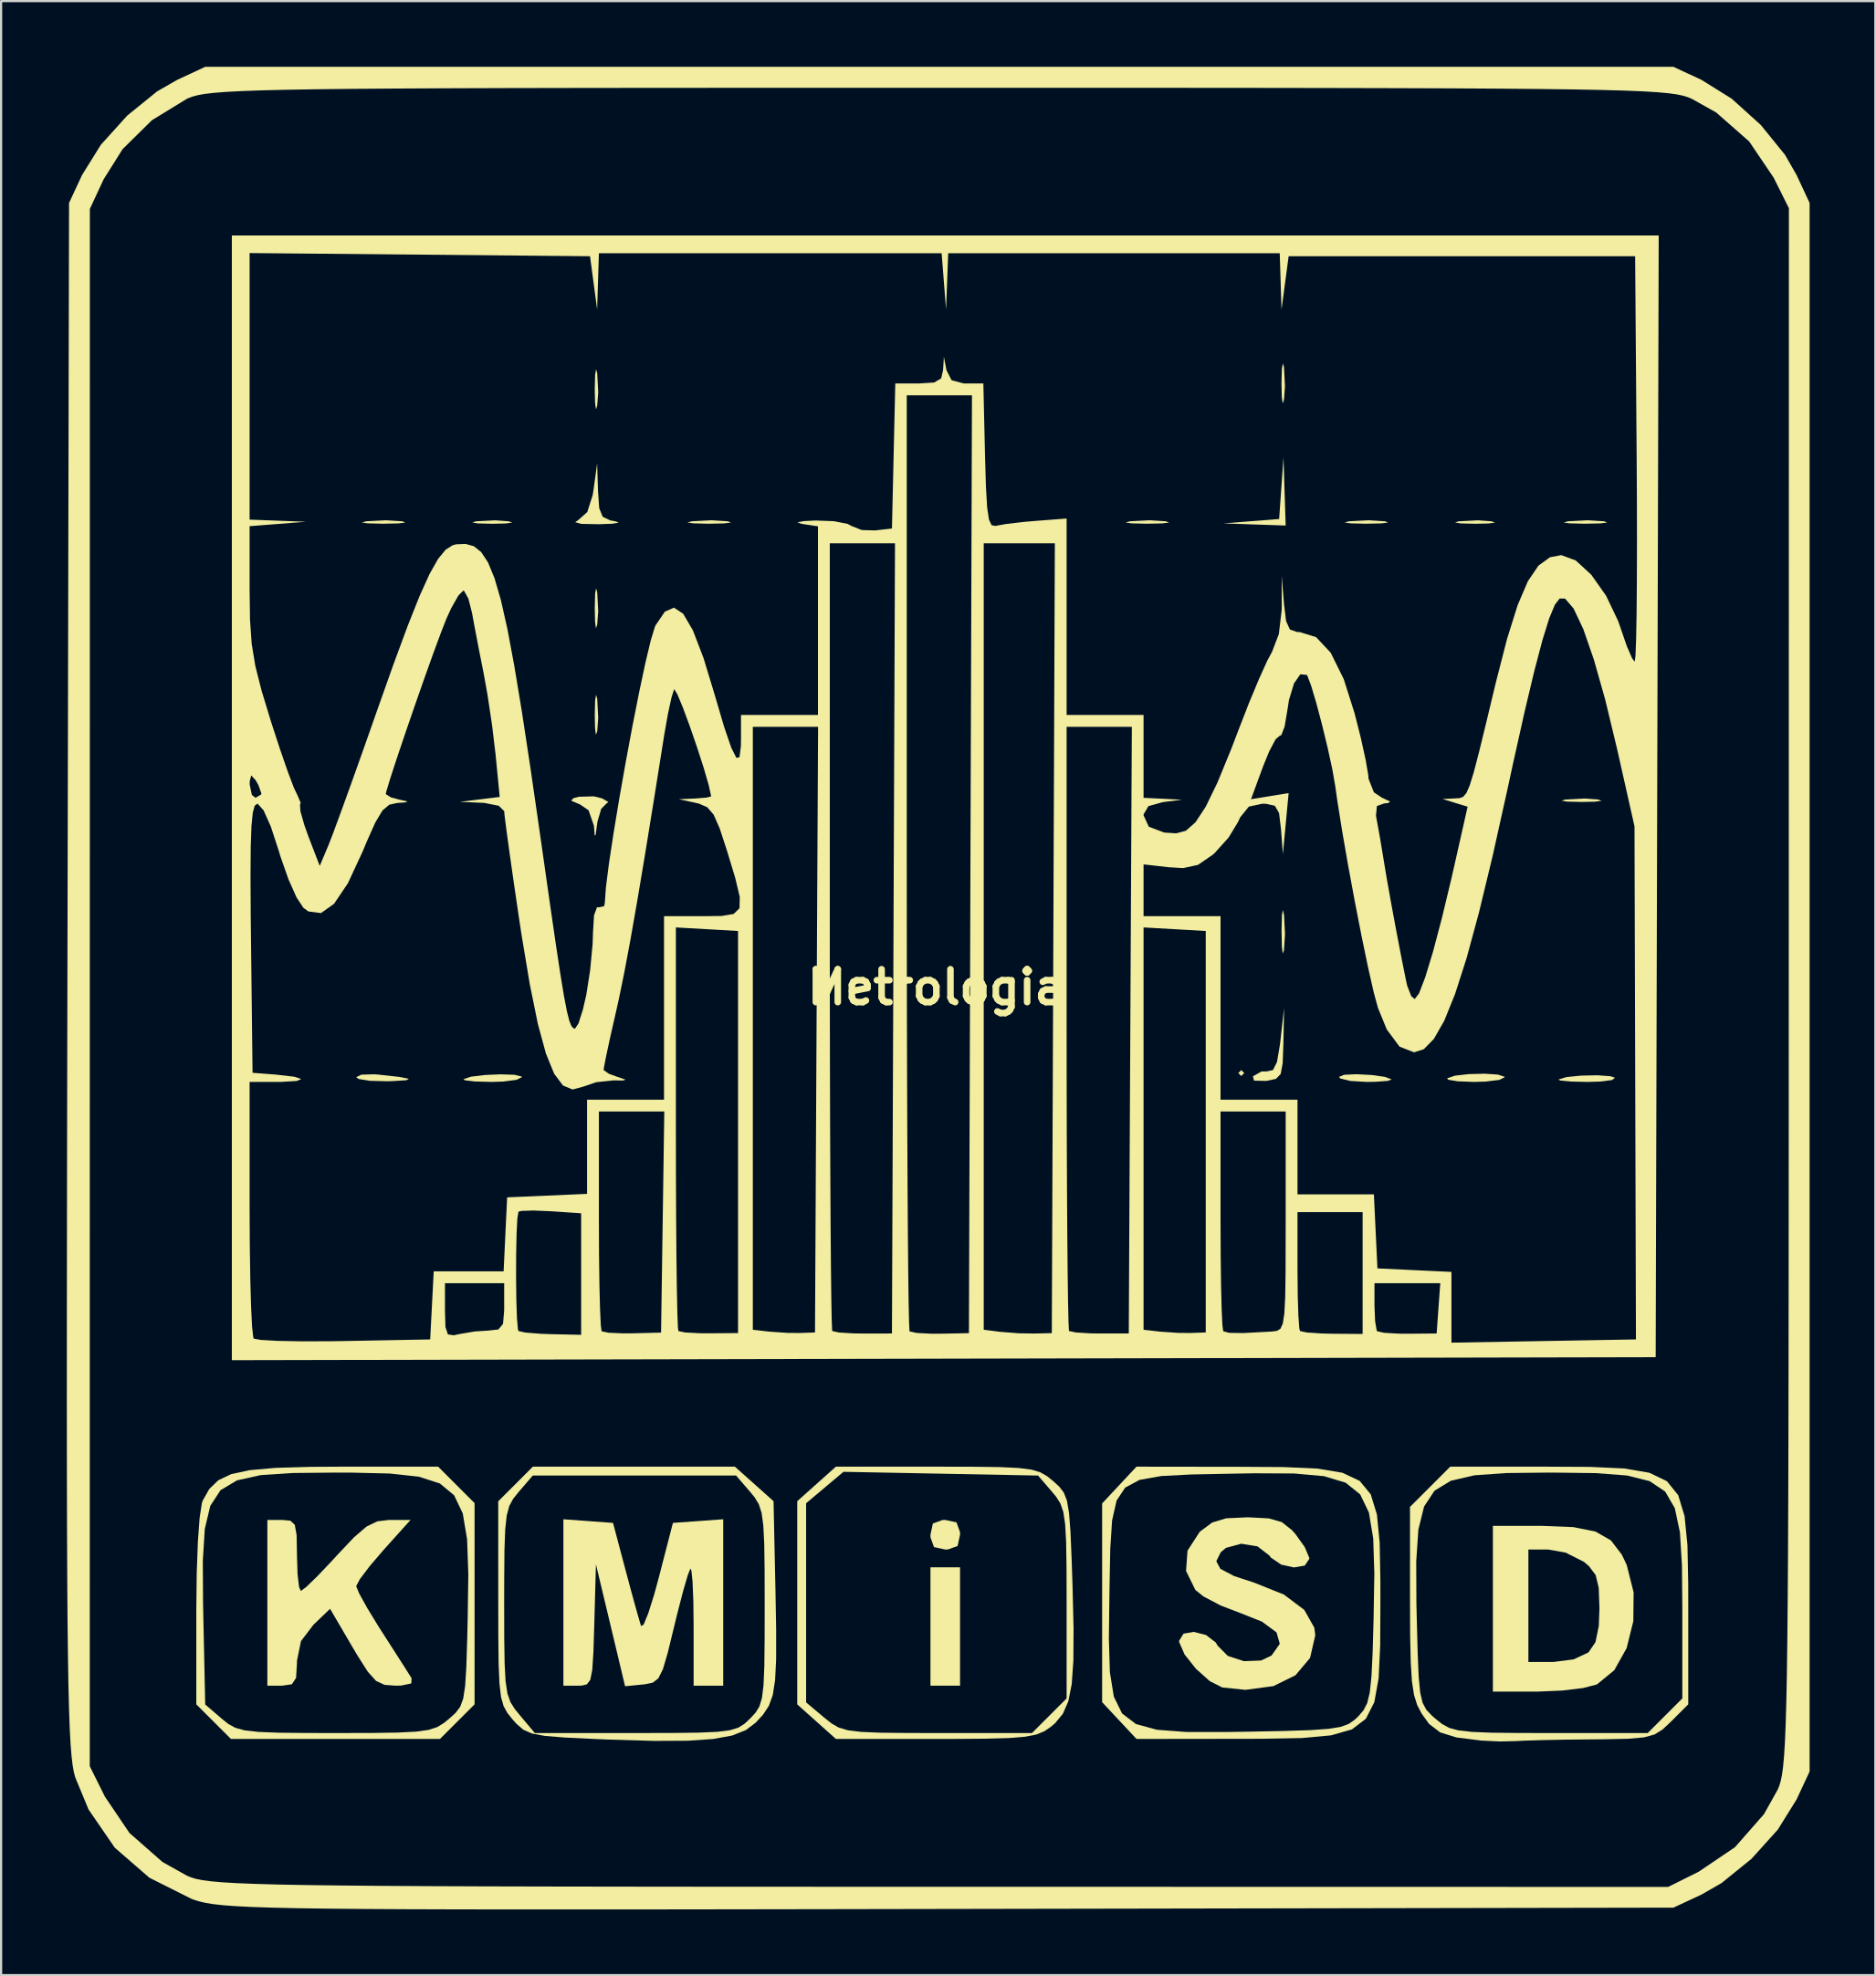
<source format=kicad_pcb>
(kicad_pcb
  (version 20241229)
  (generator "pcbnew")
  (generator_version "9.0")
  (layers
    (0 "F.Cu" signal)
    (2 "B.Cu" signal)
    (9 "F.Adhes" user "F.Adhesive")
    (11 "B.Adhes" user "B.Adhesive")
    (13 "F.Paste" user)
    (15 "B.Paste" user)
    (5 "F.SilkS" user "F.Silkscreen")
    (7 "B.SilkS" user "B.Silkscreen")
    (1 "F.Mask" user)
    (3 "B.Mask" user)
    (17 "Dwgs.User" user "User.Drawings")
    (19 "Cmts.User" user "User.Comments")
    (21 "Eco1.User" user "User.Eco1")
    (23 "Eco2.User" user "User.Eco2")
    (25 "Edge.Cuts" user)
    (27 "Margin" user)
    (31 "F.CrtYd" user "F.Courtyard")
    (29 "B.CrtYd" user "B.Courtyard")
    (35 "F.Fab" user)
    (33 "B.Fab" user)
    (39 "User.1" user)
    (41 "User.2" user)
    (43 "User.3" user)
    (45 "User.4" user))
  (footprint "Metrologia"
    (layer "F.Cu")
    (at 39.687 42.018)
    (property "Reference" "Metrologia" (at 0 0 0) (layer "F.SilkS") (effects (font (size 1.5 1.5) (thickness 0.3))))
    (attr board_only exclude_from_pos_files exclude_from_bom)
    (fp_poly (pts (xy 14.051 3.918) (xy 13.916 4.053) (xy 13.781 3.918) (xy 13.916 3.783)) (stroke (width 0) (type solid)) (fill yes) (layer "F.SilkS"))
    (fp_poly (pts (xy -19.523 -21.27) (xy -19.355 -21.211) (xy -19.662 -21.17) (xy -20.266 -21.158) (xy -20.933 -21.174) (xy -21.183 -21.218) (xy -21.009 -21.27) (xy -20.136 -21.315)) (stroke (width 0) (type solid)) (fill yes) (layer "F.SilkS"))
    (fp_poly (pts (xy -15.479 -28.035) (xy -15.434 -27.162) (xy -15.479 -26.548) (xy -15.538 -26.381) (xy -15.578 -26.688) (xy -15.591 -27.291) (xy -15.575 -27.959) (xy -15.531 -28.209)) (stroke (width 0) (type solid)) (fill yes) (layer "F.SilkS"))
    (fp_poly (pts (xy -15.479 -18.037) (xy -15.434 -17.164) (xy -15.479 -16.551) (xy -15.538 -16.383) (xy -15.578 -16.69) (xy -15.591 -17.294) (xy -15.575 -17.961) (xy -15.531 -18.211)) (stroke (width 0) (type solid)) (fill yes) (layer "F.SilkS"))
    (fp_poly (pts (xy -15.479 -13.173) (xy -15.434 -12.3) (xy -15.479 -11.687) (xy -15.538 -11.519) (xy -15.578 -11.826) (xy -15.591 -12.43) (xy -15.575 -13.097) (xy -15.531 -13.347)) (stroke (width 0) (type solid)) (fill yes) (layer "F.SilkS"))
    (fp_poly (pts (xy 1.081 29.183) (xy 1.081 31.885) (xy 0.405 31.885) (xy -0.27 31.885) (xy -0.27 29.183) (xy -0.27 26.481) (xy 0.405 26.481) (xy 1.081 26.481)) (stroke (width 0) (type solid)) (fill yes) (layer "F.SilkS"))
    (fp_poly (pts (xy 15.866 -28.305) (xy 15.911 -27.432) (xy 15.866 -26.819) (xy 15.807 -26.651) (xy 15.766 -26.958) (xy 15.753 -27.562) (xy 15.77 -28.229) (xy 15.814 -28.479)) (stroke (width 0) (type solid)) (fill yes) (layer "F.SilkS"))
    (fp_poly (pts (xy 15.893 -22.63) (xy 15.943 -21.077) (xy 14.524 -21.125) (xy 13.105 -21.174) (xy 14.375 -21.275) (xy 15.645 -21.375) (xy 15.744 -22.78) (xy 15.843 -24.184)) (stroke (width 0) (type solid)) (fill yes) (layer "F.SilkS"))
    (fp_poly (pts (xy 25.332 -21.27) (xy 25.5 -21.211) (xy 25.193 -21.17) (xy 24.589 -21.158) (xy 23.922 -21.174) (xy 23.672 -21.218) (xy 23.846 -21.27) (xy 24.719 -21.315)) (stroke (width 0) (type solid)) (fill yes) (layer "F.SilkS"))
    (fp_poly (pts (xy 30.196 -8.57) (xy 30.364 -8.511) (xy 30.057 -8.47) (xy 29.453 -8.458) (xy 28.786 -8.474) (xy 28.536 -8.518) (xy 28.71 -8.57) (xy 29.583 -8.615)) (stroke (width 0) (type solid)) (fill yes) (layer "F.SilkS"))
    (fp_poly (pts (xy -24.382 -21.27) (xy -24.233 -21.213) (xy -24.554 -21.174) (xy -25.265 -21.16) (xy -25.958 -21.177) (xy -26.225 -21.217) (xy -26.01 -21.272) (xy -26.003 -21.272) (xy -25.122 -21.317)) (stroke (width 0) (type solid)) (fill yes) (layer "F.SilkS"))
    (fp_poly (pts (xy -9.52 -21.27) (xy -9.371 -21.213) (xy -9.692 -21.174) (xy -10.403 -21.16) (xy -11.097 -21.177) (xy -11.364 -21.217) (xy -11.148 -21.272) (xy -11.141 -21.272) (xy -10.26 -21.317)) (stroke (width 0) (type solid)) (fill yes) (layer "F.SilkS"))
    (fp_poly (pts (xy 10.476 -21.27) (xy 10.625 -21.213) (xy 10.303 -21.174) (xy 9.593 -21.16) (xy 8.899 -21.177) (xy 8.632 -21.217) (xy 8.848 -21.272) (xy 8.854 -21.272) (xy 9.736 -21.317)) (stroke (width 0) (type solid)) (fill yes) (layer "F.SilkS"))
    (fp_poly (pts (xy 15.867 -3.312) (xy 15.868 -3.305) (xy 15.912 -2.424) (xy 15.865 -1.684) (xy 15.809 -1.535) (xy 15.77 -1.856) (xy 15.756 -2.567) (xy 15.772 -3.26) (xy 15.812 -3.528)) (stroke (width 0) (type solid)) (fill yes) (layer "F.SilkS"))
    (fp_poly (pts (xy 20.473 -21.27) (xy 20.623 -21.213) (xy 20.301 -21.174) (xy 19.59 -21.16) (xy 18.897 -21.177) (xy 18.63 -21.217) (xy 18.846 -21.272) (xy 18.852 -21.272) (xy 19.733 -21.317)) (stroke (width 0) (type solid)) (fill yes) (layer "F.SilkS"))
    (fp_poly (pts (xy 30.471 -21.27) (xy 30.621 -21.213) (xy 30.299 -21.174) (xy 29.588 -21.16) (xy 28.895 -21.177) (xy 28.628 -21.217) (xy 28.844 -21.272) (xy 28.85 -21.272) (xy 29.731 -21.317)) (stroke (width 0) (type solid)) (fill yes) (layer "F.SilkS"))
    (fp_poly (pts (xy -25.468 3.988) (xy -24.504 4.095) (xy -24.076 4.181) (xy -24.184 4.245) (xy -24.83 4.286) (xy -25.062 4.292) (xy -25.855 4.272) (xy -26.369 4.189) (xy -26.481 4.107) (xy -26.244 3.992) (xy -25.656 3.974)) (stroke (width 0) (type solid)) (fill yes) (layer "F.SilkS"))
    (fp_poly (pts (xy 19.858 4.006) (xy 20.466 4.091) (xy 20.781 4.208) (xy 20.611 4.275) (xy 20.047 4.317) (xy 19.635 4.323) (xy 18.895 4.279) (xy 18.441 4.167) (xy 18.374 4.094) (xy 18.608 3.997) (xy 19.17 3.971)) (stroke (width 0) (type solid)) (fill yes) (layer "F.SilkS"))
    (fp_poly (pts (xy 30.763 4.062) (xy 30.973 4.132) (xy 30.841 4.237) (xy 30.298 4.306) (xy 29.723 4.323) (xy 28.948 4.305) (xy 28.473 4.258) (xy 28.395 4.213) (xy 28.756 4.102) (xy 29.422 4.035) (xy 30.167 4.019)) (stroke (width 0) (type solid)) (fill yes) (layer "F.SilkS"))
    (fp_poly (pts (xy -19.257 3.997) (xy -18.928 4.077) (xy -18.915 4.104) (xy -19.158 4.227) (xy -19.783 4.307) (xy -20.311 4.323) (xy -21.069 4.302) (xy -21.521 4.248) (xy -21.583 4.199) (xy -21.241 4.084) (xy -20.609 4.007) (xy -19.882 3.976)) (stroke (width 0) (type solid)) (fill yes) (layer "F.SilkS"))
    (fp_poly (pts (xy 0.92 24.431) (xy 1.078 24.87) (xy 1.081 24.995) (xy 0.969 25.509) (xy 0.53 25.667) (xy 0.405 25.67) (xy -0.109 25.559) (xy -0.267 25.119) (xy -0.27 24.995) (xy -0.159 24.48) (xy 0.281 24.322) (xy 0.405 24.319)) (stroke (width 0) (type solid)) (fill yes) (layer "F.SilkS"))
    (fp_poly (pts (xy 25.632 3.988) (xy 25.934 4.088) (xy 25.94 4.11) (xy 25.697 4.23) (xy 25.072 4.307) (xy 24.544 4.323) (xy 23.795 4.295) (xy 23.361 4.223) (xy 23.313 4.159) (xy 23.665 4.038) (xy 24.3 3.966) (xy 25.022 3.948)) (stroke (width 0) (type solid)) (fill yes) (layer "F.SilkS"))
    (fp_poly (pts (xy -15.443 -22.648) (xy -15.388 -21.871) (xy -15.23 -21.477) (xy -14.879 -21.31) (xy -14.659 -21.27) (xy -14.491 -21.208) (xy -14.798 -21.159) (xy -15.402 -21.136) (xy -16.201 -21.152) (xy -16.485 -21.228) (xy -16.348 -21.324) (xy -15.933 -21.692) (xy -15.686 -22.465) (xy -15.645 -22.724) (xy -15.483 -23.914)) (stroke (width 0) (type solid)) (fill yes) (layer "F.SilkS"))
    (fp_poly (pts (xy -15.263 -8.624) (xy -14.967 -8.456) (xy -15.047 -8.396) (xy -15.296 -8.145) (xy -15.468 -7.561) (xy -15.477 -7.498) (xy -15.552 -6.953) (xy -15.595 -6.924) (xy -15.629 -7.372) (xy -15.873 -8.077) (xy -16.26 -8.341) (xy -16.664 -8.515) (xy -16.574 -8.625) (xy -16.324 -8.696) (xy -15.631 -8.714)) (stroke (width 0) (type solid)) (fill yes) (layer "F.SilkS"))
    (fp_poly (pts (xy 15.839 2.567) (xy 15.807 3.467) (xy 15.715 3.961) (xy 15.499 4.184) (xy 15.096 4.27) (xy 15.036 4.277) (xy 14.498 4.265) (xy 14.448 4.067) (xy 14.84 3.845) (xy 15.085 3.843) (xy 15.364 3.78) (xy 15.548 3.406) (xy 15.682 2.615) (xy 15.704 2.432) (xy 15.87 0.946)) (stroke (width 0) (type solid)) (fill yes) (layer "F.SilkS"))
    (fp_poly (pts (xy 29.072 24.646) (xy 30.085 24.85) (xy 30.786 25.252) (xy 31.285 25.902) (xy 31.508 26.372) (xy 31.824 27.625) (xy 31.811 28.937) (xy 31.506 30.168) (xy 30.943 31.177) (xy 30.159 31.822) (xy 30.138 31.832) (xy 29.517 31.993) (xy 28.558 32.108) (xy 27.465 32.155) (xy 27.414 32.155) (xy 25.4 32.155) (xy 25.4 28.372) (xy 25.4 28.237) (xy 27.021 28.237) (xy 27.021 30.804) (xy 28.148 30.804) (xy 29.084 30.685) (xy 29.753 30.372) (xy 29.77 30.357) (xy 30.083 29.898) (xy 30.234 29.16) (xy 30.264 28.35) (xy 30.231 27.418) (xy 30.093 26.839) (xy 29.785 26.428) (xy 29.552 26.23) (xy 28.727 25.813) (xy 27.931 25.67) (xy 27.021 25.67) (xy 27.021 28.237) (xy 25.4 28.237) (xy 25.4 24.589) (xy 27.637 24.589)) (stroke (width 0) (type solid)) (fill yes) (layer "F.SilkS"))
    (fp_poly (pts (xy -9.728 28.087) (xy -9.728 31.885) (xy -10.403 31.885) (xy -11.079 31.885) (xy -11.079 29.138) (xy -11.092 28.013) (xy -11.128 27.141) (xy -11.181 26.627) (xy -11.227 26.539) (xy -11.349 26.85) (xy -11.557 27.565) (xy -11.816 28.562) (xy -11.976 29.218) (xy -12.261 30.387) (xy -12.48 31.131) (xy -12.689 31.55) (xy -12.942 31.746) (xy -13.295 31.82) (xy -13.392 31.83) (xy -14.207 31.911) (xy -14.872 29.128) (xy -15.537 26.346) (xy -15.614 29.115) (xy -15.653 30.36) (xy -15.705 31.161) (xy -15.795 31.617) (xy -15.95 31.825) (xy -16.195 31.883) (xy -16.357 31.885) (xy -17.023 31.885) (xy -17.023 28.087) (xy -17.023 24.288) (xy -15.891 24.371) (xy -14.758 24.454) (xy -14.184 26.616) (xy -13.902 27.668) (xy -13.659 28.545) (xy -13.5 29.093) (xy -13.476 29.166) (xy -13.359 29.092) (xy -13.15 28.584) (xy -12.882 27.733) (xy -12.683 27.004) (xy -12.024 24.454) (xy -10.876 24.371) (xy -9.728 24.288)) (stroke (width 0) (type solid)) (fill yes) (layer "F.SilkS"))
    (fp_poly (pts (xy -29.484 24.353) (xy -29.282 24.541) (xy -29.199 25.009) (xy -29.183 25.884) (xy -29.183 25.94) (xy -29.156 26.796) (xy -29.087 27.383) (xy -29.006 27.562) (xy -28.755 27.375) (xy -28.244 26.879) (xy -27.571 26.169) (xy -27.362 25.94) (xy -26.578 25.11) (xy -26.004 24.618) (xy -25.516 24.383) (xy -24.987 24.319) (xy -24.947 24.319) (xy -23.999 24.319) (xy -25.24 25.699) (xy -25.863 26.428) (xy -26.309 27.017) (xy -26.481 27.34) (xy -26.481 27.341) (xy -26.343 27.678) (xy -25.978 28.336) (xy -25.457 29.189) (xy -25.318 29.406) (xy -24.742 30.303) (xy -24.266 31.047) (xy -23.979 31.502) (xy -23.951 31.547) (xy -23.965 31.784) (xy -24.429 31.88) (xy -24.683 31.885) (xy -25.186 31.848) (xy -25.571 31.669) (xy -25.951 31.248) (xy -26.436 30.485) (xy -26.645 30.131) (xy -27.672 28.376) (xy -28.427 29.1) (xy -29.001 29.852) (xy -29.182 30.745) (xy -29.183 30.855) (xy -29.224 31.53) (xy -29.416 31.822) (xy -29.858 31.885) (xy -29.859 31.885) (xy -30.534 31.885) (xy -30.534 28.102) (xy -30.534 24.319) (xy -29.859 24.319)) (stroke (width 0) (type solid)) (fill yes) (layer "F.SilkS"))
    (fp_poly (pts (xy 14.245 24.199) (xy 15.173 24.248) (xy 15.766 24.418) (xy 16.227 24.782) (xy 16.384 24.957) (xy 16.812 25.556) (xy 17.02 26.045) (xy 17.023 26.091) (xy 16.815 26.403) (xy 16.322 26.487) (xy 15.739 26.359) (xy 15.264 26.035) (xy 15.195 25.94) (xy 14.658 25.526) (xy 13.914 25.405) (xy 13.216 25.595) (xy 12.98 25.793) (xy 12.777 26.204) (xy 12.963 26.551) (xy 13.589 26.881) (xy 14.514 27.185) (xy 15.864 27.727) (xy 16.793 28.426) (xy 17.252 29.241) (xy 17.294 29.586) (xy 17.056 30.619) (xy 16.393 31.407) (xy 15.383 31.906) (xy 14.101 32.075) (xy 13.047 31.966) (xy 12.476 31.676) (xy 11.849 31.115) (xy 11.329 30.461) (xy 11.082 29.893) (xy 11.079 29.838) (xy 11.28 29.51) (xy 11.755 29.43) (xy 12.31 29.573) (xy 12.753 29.914) (xy 12.839 30.061) (xy 13.302 30.527) (xy 14.04 30.766) (xy 14.82 30.736) (xy 15.298 30.509) (xy 15.675 29.973) (xy 15.525 29.452) (xy 14.86 28.961) (xy 13.916 28.586) (xy 12.973 28.224) (xy 12.193 27.813) (xy 11.822 27.517) (xy 11.396 26.648) (xy 11.463 25.721) (xy 12.014 24.871) (xy 12.047 24.839) (xy 12.588 24.437) (xy 13.229 24.244) (xy 14.183 24.199)) (stroke (width 0) (type solid)) (fill yes) (layer "F.SilkS"))
    (fp_poly (pts (xy 1.665 21.89) (xy 2.89 21.906) (xy 3.752 21.947) (xy 4.34 22.022) (xy 4.744 22.143) (xy 5.052 22.32) (xy 5.322 22.538) (xy 5.61 22.8) (xy 5.817 23.07) (xy 5.96 23.44) (xy 6.055 24.004) (xy 6.121 24.852) (xy 6.173 26.077) (xy 6.215 27.335) (xy 6.262 29.26) (xy 6.254 30.727) (xy 6.178 31.814) (xy 6.022 32.602) (xy 5.773 33.169) (xy 5.42 33.597) (xy 5.223 33.764) (xy 4.924 33.969) (xy 4.566 34.115) (xy 4.062 34.214) (xy 3.323 34.275) (xy 2.26 34.305) (xy 0.785 34.316) (xy -0.032 34.317) (xy -4.585 34.317) (xy -5.468 33.528) (xy -6.35 32.739) (xy -6.35 28.101) (xy -6.35 23.557) (xy -5.945 23.557) (xy -5.945 28.102) (xy -5.945 32.648) (xy -5.113 33.347) (xy -4.785 33.609) (xy -4.459 33.796) (xy -4.042 33.92) (xy -3.44 33.994) (xy -2.56 34.032) (xy -1.309 34.045) (xy 0.042 34.047) (xy 4.365 34.047) (xy 5.155 33.257) (xy 5.945 32.467) (xy 5.945 28.138) (xy 5.941 26.513) (xy 5.923 25.335) (xy 5.878 24.514) (xy 5.795 23.956) (xy 5.662 23.569) (xy 5.467 23.261) (xy 5.293 23.051) (xy 4.642 22.293) (xy 0.201 22.207) (xy -4.24 22.122) (xy -5.092 22.839) (xy -5.945 23.557) (xy -6.35 23.557) (xy -6.35 23.464) (xy -5.468 22.675) (xy -4.585 21.887) (xy -0.011 21.887)) (stroke (width 0) (type solid)) (fill yes) (layer "F.SilkS"))
    (fp_poly (pts (xy -21.908 22.719) (xy -21.077 23.55) (xy -21.077 28.144) (xy -21.077 32.737) (xy -21.866 33.527) (xy -22.656 34.317) (xy -27.427 34.317) (xy -32.197 34.317) (xy -32.987 33.527) (xy -33.777 32.737) (xy -33.777 28.406) (xy -33.758 26.735) (xy -33.737 26.172) (xy -33.48 26.172) (xy -33.47 28.079) (xy -33.459 28.636) (xy -33.371 32.744) (xy -32.613 33.395) (xy -32.31 33.637) (xy -31.991 33.81) (xy -31.565 33.926) (xy -30.941 33.996) (xy -30.029 34.032) (xy -28.738 34.045) (xy -27.427 34.047) (xy -25.781 34.044) (xy -24.584 34.026) (xy -23.746 33.983) (xy -23.176 33.904) (xy -22.783 33.776) (xy -22.475 33.588) (xy -22.24 33.395) (xy -21.943 33.126) (xy -21.734 32.85) (xy -21.594 32.47) (xy -21.506 31.891) (xy -21.452 31.016) (xy -21.413 29.749) (xy -21.392 28.869) (xy -21.362 26.797) (xy -21.418 25.201) (xy -21.616 24.021) (xy -22.011 23.193) (xy -22.66 22.655) (xy -23.618 22.345) (xy -24.943 22.2) (xy -26.689 22.159) (xy -27.427 22.157) (xy -29.361 22.176) (xy -30.841 22.273) (xy -31.924 22.514) (xy -32.671 22.96) (xy -33.139 23.676) (xy -33.389 24.726) (xy -33.48 26.172) (xy -33.737 26.172) (xy -33.706 25.309) (xy -33.625 24.215) (xy -33.521 23.543) (xy -33.483 23.431) (xy -33.182 22.902) (xy -32.774 22.508) (xy -32.185 22.228) (xy -31.336 22.046) (xy -30.153 21.941) (xy -28.558 21.895) (xy -27.203 21.887) (xy -22.739 21.887)) (stroke (width 0) (type solid)) (fill yes) (layer "F.SilkS"))
    (fp_poly (pts (xy 13.822 21.893) (xy 15.848 21.905) (xy 17.397 21.975) (xy 18.534 22.165) (xy 19.322 22.537) (xy 19.826 23.152) (xy 20.108 24.071) (xy 20.233 25.357) (xy 20.265 27.071) (xy 20.266 28.102) (xy 20.257 30.052) (xy 20.186 31.543) (xy 19.99 32.637) (xy 19.604 33.396) (xy 18.966 33.881) (xy 18.011 34.153) (xy 16.675 34.276) (xy 14.894 34.309) (xy 13.822 34.311) (xy 9.134 34.317) (xy 8.35 33.478) (xy 7.566 32.639) (xy 7.566 29.756) (xy 7.874 29.756) (xy 7.92 31.274) (xy 8.1 32.386) (xy 8.476 33.153) (xy 9.11 33.637) (xy 10.067 33.898) (xy 11.408 33.999) (xy 13.195 34.001) (xy 14.247 33.985) (xy 15.888 33.953) (xy 17.077 33.914) (xy 17.904 33.855) (xy 18.457 33.764) (xy 18.826 33.628) (xy 19.099 33.436) (xy 19.246 33.297) (xy 19.491 33.016) (xy 19.664 32.681) (xy 19.782 32.194) (xy 19.859 31.458) (xy 19.912 30.375) (xy 19.955 28.853) (xy 19.99 26.77) (xy 19.939 25.166) (xy 19.742 23.98) (xy 19.342 23.151) (xy 18.678 22.618) (xy 17.692 22.321) (xy 16.323 22.198) (xy 14.515 22.189) (xy 13.495 22.207) (xy 11.642 22.243) (xy 10.258 22.315) (xy 9.274 22.491) (xy 8.619 22.842) (xy 8.225 23.435) (xy 8.021 24.341) (xy 7.937 25.63) (xy 7.904 27.37) (xy 7.898 27.771) (xy 7.874 29.756) (xy 7.566 29.756) (xy 7.566 28.102) (xy 7.566 23.566) (xy 8.35 22.726) (xy 9.134 21.887)) (stroke (width 0) (type solid)) (fill yes) (layer "F.SilkS"))
    (fp_poly (pts (xy 29.832 21.897) (xy 31.396 21.969) (xy 32.546 22.166) (xy 33.345 22.552) (xy 33.859 23.189) (xy 34.149 24.141) (xy 34.281 25.471) (xy 34.316 27.242) (xy 34.317 28.38) (xy 34.317 32.737) (xy 33.527 33.527) (xy 33.148 33.883) (xy 32.78 34.112) (xy 32.299 34.245) (xy 31.578 34.308) (xy 30.492 34.331) (xy 29.947 34.336) (xy 28.699 34.349) (xy 27.591 34.371) (xy 26.776 34.397) (xy 26.481 34.414) (xy 25.726 34.432) (xy 24.861 34.391) (xy 24.86 34.39) (xy 23.733 34.248) (xy 22.994 34.018) (xy 22.489 33.632) (xy 22.15 33.161) (xy 21.946 32.771) (xy 21.802 32.313) (xy 21.706 31.692) (xy 21.651 30.812) (xy 21.624 29.577) (xy 21.618 28.008) (xy 21.618 26.216) (xy 21.902 26.216) (xy 21.91 28.122) (xy 21.928 28.884) (xy 21.968 30.399) (xy 22.013 31.47) (xy 22.082 32.195) (xy 22.193 32.668) (xy 22.365 32.988) (xy 22.614 33.25) (xy 22.78 33.395) (xy 23.082 33.636) (xy 23.4 33.809) (xy 23.823 33.925) (xy 24.443 33.995) (xy 25.35 34.032) (xy 26.634 34.045) (xy 28.003 34.047) (xy 32.467 34.047) (xy 33.257 33.257) (xy 34.047 32.467) (xy 34.047 28.38) (xy 34.03 26.393) (xy 33.937 24.881) (xy 33.703 23.78) (xy 33.265 23.025) (xy 32.558 22.549) (xy 31.52 22.29) (xy 30.084 22.181) (xy 28.189 22.158) (xy 27.918 22.157) (xy 26.02 22.178) (xy 24.56 22.281) (xy 23.483 22.529) (xy 22.735 22.985) (xy 22.259 23.709) (xy 21.999 24.765) (xy 21.902 26.216) (xy 21.618 26.216) (xy 21.617 23.725) (xy 22.536 22.806) (xy 23.454 21.887) (xy 27.792 21.887)) (stroke (width 0) (type solid)) (fill yes) (layer "F.SilkS"))
    (fp_poly (pts (xy -8.313 22.675) (xy -7.431 23.463) (xy -7.343 27.576) (xy -7.312 29.348) (xy -7.313 30.67) (xy -7.36 31.628) (xy -7.467 32.312) (xy -7.646 32.81) (xy -7.911 33.21) (xy -8.251 33.578) (xy -8.7 33.915) (xy -9.318 34.16) (xy -10.177 34.318) (xy -11.344 34.398) (xy -12.888 34.406) (xy -14.878 34.348) (xy -15.629 34.317) (xy -16.962 34.252) (xy -17.868 34.178) (xy -18.461 34.068) (xy -18.854 33.894) (xy -19.16 33.63) (xy -19.345 33.424) (xy -19.582 33.126) (xy -19.754 32.814) (xy -19.87 32.397) (xy -19.941 31.788) (xy -19.979 30.898) (xy -19.993 29.638) (xy -19.996 28.096) (xy -19.726 28.096) (xy -19.723 29.709) (xy -19.705 30.876) (xy -19.661 31.69) (xy -19.577 32.245) (xy -19.44 32.636) (xy -19.237 32.956) (xy -19.026 33.215) (xy -18.326 34.047) (xy -13.745 34.047) (xy -12.07 34.044) (xy -10.849 34.029) (xy -9.995 33.991) (xy -9.42 33.918) (xy -9.037 33.8) (xy -8.759 33.626) (xy -8.5 33.384) (xy -8.499 33.384) (xy -8.254 33.12) (xy -8.079 32.838) (xy -7.961 32.449) (xy -7.889 31.864) (xy -7.852 30.994) (xy -7.838 29.751) (xy -7.836 28.265) (xy -7.839 26.613) (xy -7.856 25.411) (xy -7.899 24.569) (xy -7.977 23.996) (xy -8.104 23.601) (xy -8.29 23.293) (xy -8.488 23.051) (xy -9.14 22.293) (xy -13.781 22.293) (xy -18.421 22.293) (xy -19.073 23.051) (xy -19.319 23.359) (xy -19.493 23.683) (xy -19.609 24.117) (xy -19.678 24.753) (xy -19.713 25.684) (xy -19.724 27.004) (xy -19.726 28.096) (xy -19.996 28.096) (xy -19.996 28.066) (xy -19.996 23.467) (xy -19.206 22.677) (xy -18.416 21.887) (xy -13.806 21.887) (xy -9.196 21.887)) (stroke (width 0) (type solid)) (fill yes) (layer "F.SilkS"))
    (fp_poly (pts (xy 34.921 -41.422) (xy 36.296 -40.566) (xy 37.626 -39.366) (xy 38.732 -38.002) (xy 39.26 -37.082) (xy 39.856 -35.803) (xy 39.856 0) (xy 39.856 35.803) (xy 39.26 37.082) (xy 38.404 38.457) (xy 37.205 39.787) (xy 35.84 40.894) (xy 34.921 41.422) (xy 33.641 42.018) (xy 0.54 42.078) (xy -4.382 42.087) (xy -8.793 42.094) (xy -12.723 42.099) (xy -16.2 42.101) (xy -19.255 42.101) (xy -21.916 42.097) (xy -24.213 42.09) (xy -26.176 42.079) (xy -27.834 42.063) (xy -29.216 42.043) (xy -30.352 42.017) (xy -31.271 41.986) (xy -32.002 41.949) (xy -32.576 41.906) (xy -33.021 41.856) (xy -33.366 41.798) (xy -33.642 41.734) (xy -33.878 41.661) (xy -33.985 41.623) (xy -35.918 40.653) (xy -37.499 39.281) (xy -38.695 37.539) (xy -39.302 36.073) (xy -39.365 35.838) (xy -39.415 35.562) (xy -38.64 35.562) (xy -37.947 36.954) (xy -36.828 38.61) (xy -35.322 39.933) (xy -34.2 40.562) (xy -34.018 40.636) (xy -33.799 40.702) (xy -33.513 40.761) (xy -33.13 40.813) (xy -32.622 40.859) (xy -31.96 40.899) (xy -31.115 40.933) (xy -30.058 40.963) (xy -28.759 40.987) (xy -27.191 41.007) (xy -25.323 41.024) (xy -23.126 41.037) (xy -20.572 41.047) (xy -17.632 41.054) (xy -14.277 41.059) (xy -10.477 41.063) (xy -6.203 41.065) (xy -1.427 41.066) (xy 0.15 41.066) (xy 33.4 41.072) (xy 34.792 40.379) (xy 36.448 39.26) (xy 37.771 37.754) (xy 38.4 36.631) (xy 38.472 36.456) (xy 38.536 36.243) (xy 38.594 35.964) (xy 38.645 35.592) (xy 38.69 35.099) (xy 38.73 34.455) (xy 38.764 33.635) (xy 38.794 32.608) (xy 38.819 31.349) (xy 38.839 29.827) (xy 38.856 28.016) (xy 38.87 25.888) (xy 38.881 23.414) (xy 38.889 20.566) (xy 38.895 17.316) (xy 38.899 13.637) (xy 38.902 9.5) (xy 38.904 4.878) (xy 38.905 -0.014) (xy 38.911 -35.562) (xy 38.217 -36.954) (xy 37.098 -38.61) (xy 35.592 -39.933) (xy 34.47 -40.562) (xy 34.289 -40.636) (xy 34.069 -40.702) (xy 33.783 -40.761) (xy 33.401 -40.813) (xy 32.894 -40.859) (xy 32.233 -40.899) (xy 31.388 -40.933) (xy 30.332 -40.962) (xy 29.034 -40.986) (xy 27.466 -41.006) (xy 25.599 -41.022) (xy 23.404 -41.035) (xy 20.851 -41.044) (xy 17.912 -41.051) (xy 14.558 -41.056) (xy 10.759 -41.059) (xy 6.487 -41.06) (xy 1.713 -41.06) (xy 0.135 -41.06) (xy -4.8 -41.06) (xy -9.224 -41.059) (xy -13.166 -41.057) (xy -16.654 -41.053) (xy -19.718 -41.047) (xy -22.386 -41.038) (xy -24.689 -41.026) (xy -26.654 -41.012) (xy -28.311 -40.993) (xy -29.689 -40.97) (xy -30.817 -40.943) (xy -31.723 -40.91) (xy -32.438 -40.872) (xy -32.989 -40.828) (xy -33.407 -40.778) (xy -33.72 -40.721) (xy -33.956 -40.657) (xy -34.146 -40.585) (xy -34.2 -40.562) (xy -35.803 -39.58) (xy -37.141 -38.26) (xy -38.005 -36.886) (xy -38.635 -35.533) (xy -38.638 0.014) (xy -38.64 35.562) (xy -39.415 35.562) (xy -39.421 35.527) (xy -39.471 35.111) (xy -39.515 34.564) (xy -39.553 33.856) (xy -39.586 32.961) (xy -39.614 31.851) (xy -39.636 30.496) (xy -39.655 28.87) (xy -39.668 26.945) (xy -39.678 24.692) (xy -39.684 22.084) (xy -39.687 19.092) (xy -39.686 15.69) (xy -39.682 11.848) (xy -39.676 7.539) (xy -39.667 2.735) (xy -39.66 -0.54) (xy -39.586 -35.803) (xy -38.99 -37.082) (xy -38.134 -38.457) (xy -36.934 -39.787) (xy -35.57 -40.894) (xy -34.65 -41.422) (xy -33.371 -42.018) (xy 0.135 -42.018) (xy 33.641 -42.018)) (stroke (width 0) (type solid)) (fill yes) (layer "F.SilkS"))
    (fp_poly (pts (xy 32.9 -8.714) (xy 32.831 16.888) (xy 0.338 16.957) (xy -32.155 17.026) (xy -32.155 4.323) (xy -31.345 4.323) (xy -31.345 10.088) (xy -31.336 11.801) (xy -31.313 13.33) (xy -31.277 14.592) (xy -31.231 15.505) (xy -31.177 15.987) (xy -31.158 16.04) (xy -30.834 16.101) (xy -30.072 16.144) (xy -28.971 16.165) (xy -27.632 16.161) (xy -27.037 16.152) (xy -23.103 16.078) (xy -23.034 14.758) (xy -22.428 14.758) (xy -22.406 15.511) (xy -22.294 15.848) (xy -22.024 15.89) (xy -21.82 15.843) (xy -21.064 15.714) (xy -20.469 15.676) (xy -19.991 15.624) (xy -19.779 15.37) (xy -19.726 14.761) (xy -19.726 14.591) (xy -19.726 13.511) (xy -21.077 13.511) (xy -22.428 13.511) (xy -22.428 14.758) (xy -23.034 14.758) (xy -23.022 14.524) (xy -22.956 13.259) (xy -19.182 13.259) (xy -19.17 14.276) (xy -19.142 15.109) (xy -19.098 15.613) (xy -19.072 15.695) (xy -18.76 15.765) (xy -18.086 15.819) (xy -17.586 15.838) (xy -16.213 15.868) (xy -16.213 13.094) (xy -16.213 10.628) (xy -15.402 10.628) (xy -15.396 12.208) (xy -15.378 13.593) (xy -15.35 14.696) (xy -15.316 15.43) (xy -15.278 15.707) (xy -14.957 15.773) (xy -14.284 15.802) (xy -13.859 15.799) (xy -12.565 15.767) (xy -12.491 10.721) (xy -12.429 6.426) (xy -11.889 6.426) (xy -11.886 8.595) (xy -11.877 10.588) (xy -11.863 12.341) (xy -11.844 13.79) (xy -11.821 14.873) (xy -11.796 15.526) (xy -11.775 15.696) (xy -11.462 15.761) (xy -10.792 15.796) (xy -10.357 15.799) (xy -9.052 15.788) (xy -9.052 6.61) (xy -9.052 1.874) (xy -8.377 1.874) (xy -8.377 15.636) (xy -7.634 15.722) (xy -6.791 15.78) (xy -6.215 15.784) (xy -5.539 15.76) (xy -5.469 1.935) (xy -5.448 -2.342) (xy -4.864 -2.342) (xy -4.862 0.72) (xy -4.857 3.62) (xy -4.85 6.313) (xy -4.839 8.756) (xy -4.827 10.902) (xy -4.812 12.708) (xy -4.796 14.128) (xy -4.778 15.117) (xy -4.759 15.632) (xy -4.75 15.696) (xy -4.436 15.763) (xy -3.766 15.803) (xy -3.331 15.809) (xy -2.027 15.807) (xy -1.957 -2.229) (xy -1.944 -5.72) (xy -1.351 -5.72) (xy -1.349 -2.375) (xy -1.345 0.81) (xy -1.337 3.797) (xy -1.327 6.544) (xy -1.315 9.009) (xy -1.301 11.152) (xy -1.285 12.932) (xy -1.267 14.307) (xy -1.248 15.237) (xy -1.228 15.68) (xy -1.222 15.712) (xy -0.898 15.783) (xy -0.223 15.818) (xy 0.197 15.817) (xy 1.486 15.792) (xy 1.545 -2.315) (xy 2.162 -2.315) (xy 2.162 15.636) (xy 2.905 15.731) (xy 3.763 15.798) (xy 4.459 15.809) (xy 5.269 15.791) (xy 5.323 1.846) (xy 5.945 1.846) (xy 5.947 4.518) (xy 5.953 7.023) (xy 5.963 9.309) (xy 5.976 11.326) (xy 5.992 13.021) (xy 6.01 14.344) (xy 6.03 15.244) (xy 6.051 15.668) (xy 6.057 15.695) (xy 6.37 15.761) (xy 7.04 15.801) (xy 7.476 15.807) (xy 8.782 15.807) (xy 8.829 6.453) (xy 9.457 6.453) (xy 9.457 15.636) (xy 10.201 15.722) (xy 11.043 15.78) (xy 11.619 15.784) (xy 12.295 15.76) (xy 12.295 10.628) (xy 12.97 10.628) (xy 12.977 12.208) (xy 12.994 13.592) (xy 13.021 14.695) (xy 13.055 15.428) (xy 13.092 15.704) (xy 13.362 15.778) (xy 14.009 15.787) (xy 15.105 15.73) (xy 15.335 15.715) (xy 15.548 15.687) (xy 15.705 15.591) (xy 15.813 15.351) (xy 15.882 14.896) (xy 15.921 14.152) (xy 15.938 13.046) (xy 15.938 12.925) (xy 16.483 12.925) (xy 16.494 14.065) (xy 16.523 14.984) (xy 16.565 15.562) (xy 16.596 15.695) (xy 16.909 15.761) (xy 17.583 15.807) (xy 18.083 15.818) (xy 19.455 15.829) (xy 19.455 14.546) (xy 19.996 14.546) (xy 20.025 15.243) (xy 20.097 15.668) (xy 20.119 15.706) (xy 20.439 15.776) (xy 21.112 15.815) (xy 21.538 15.818) (xy 22.833 15.807) (xy 22.916 14.659) (xy 22.999 13.511) (xy 21.497 13.511) (xy 19.996 13.511) (xy 19.996 14.546) (xy 19.455 14.546) (xy 19.455 13.049) (xy 19.455 10.268) (xy 17.969 10.268) (xy 16.483 10.268) (xy 16.483 12.925) (xy 15.938 12.925) (xy 15.942 11.505) (xy 15.943 10.673) (xy 15.943 5.674) (xy 14.456 5.674) (xy 12.97 5.674) (xy 12.97 10.628) (xy 12.295 10.628) (xy 12.295 6.597) (xy 12.295 -2.567) (xy 10.876 -2.649) (xy 9.457 -2.73) (xy 9.457 6.453) (xy 8.829 6.453) (xy 8.852 1.959) (xy 8.89 -5.608) (xy 9.457 -5.608) (xy 9.457 -4.425) (xy 9.457 -3.243) (xy 11.214 -3.243) (xy 12.97 -3.243) (xy 12.97 0.946) (xy 12.97 5.134) (xy 14.727 5.134) (xy 16.483 5.134) (xy 16.483 7.296) (xy 16.483 9.457) (xy 18.226 9.457) (xy 19.97 9.457) (xy 20.05 11.146) (xy 20.131 12.835) (xy 21.82 12.916) (xy 23.509 12.996) (xy 23.509 14.611) (xy 23.509 16.226) (xy 27.719 16.152) (xy 31.93 16.078) (xy 31.897 4.367) (xy 31.864 -7.344) (xy 31.064 -10.9) (xy 30.527 -13.129) (xy 30.01 -14.956) (xy 29.526 -16.352) (xy 29.083 -17.29) (xy 28.695 -17.741) (xy 28.448 -17.745) (xy 28.231 -17.464) (xy 27.972 -16.843) (xy 27.662 -15.846) (xy 27.292 -14.439) (xy 26.85 -12.586) (xy 26.329 -10.252) (xy 26.069 -9.052) (xy 25.387 -5.983) (xy 24.768 -3.42) (xy 24.202 -1.334) (xy 23.676 0.304) (xy 23.183 1.525) (xy 22.709 2.357) (xy 22.247 2.83) (xy 21.804 2.972) (xy 21.14 2.713) (xy 20.558 1.929) (xy 20.156 0.946) (xy 19.961 0.23) (xy 19.705 -0.9) (xy 19.409 -2.324) (xy 19.097 -3.922) (xy 18.791 -5.574) (xy 18.516 -7.16) (xy 18.293 -8.561) (xy 18.205 -9.187) (xy 18.073 -9.946) (xy 17.859 -10.929) (xy 17.601 -11.992) (xy 17.336 -12.991) (xy 17.1 -13.783) (xy 16.931 -14.223) (xy 16.905 -14.259) (xy 16.612 -14.285) (xy 16.324 -13.871) (xy 16.094 -13.116) (xy 16.013 -12.594) (xy 15.893 -11.893) (xy 15.745 -11.509) (xy 15.674 -11.483) (xy 15.484 -11.319) (xy 15.192 -10.769) (xy 14.917 -10.095) (xy 14.36 -8.582) (xy 15.219 -8.722) (xy 16.078 -8.862) (xy 15.947 -7.471) (xy 15.817 -6.08) (xy 15.729 -7.228) (xy 15.641 -7.951) (xy 15.45 -8.283) (xy 15.046 -8.374) (xy 14.879 -8.377) (xy 14.262 -8.245) (xy 13.865 -7.754) (xy 13.779 -7.56) (xy 13.337 -6.832) (xy 12.7 -6.124) (xy 12.61 -6.045) (xy 11.942 -5.586) (xy 11.268 -5.439) (xy 10.618 -5.477) (xy 9.457 -5.608) (xy 8.89 -5.608) (xy 8.922 -11.889) (xy 7.433 -11.889) (xy 5.945 -11.889) (xy 5.945 1.846) (xy 5.323 1.846) (xy 5.339 -2.237) (xy 5.408 -20.266) (xy 3.785 -20.266) (xy 2.162 -20.266) (xy 2.162 -2.315) (xy 1.545 -2.315) (xy 1.555 -5.614) (xy 1.625 -27.021) (xy 0.137 -27.021) (xy -1.351 -27.021) (xy -1.351 -5.72) (xy -1.944 -5.72) (xy -1.888 -20.266) (xy -3.376 -20.266) (xy -4.864 -20.266) (xy -4.864 -2.342) (xy -5.448 -2.342) (xy -5.399 -11.889) (xy -6.888 -11.889) (xy -8.377 -11.889) (xy -8.377 1.874) (xy -9.052 1.874) (xy -9.052 -2.567) (xy -10.471 -2.649) (xy -11.889 -2.73) (xy -11.889 6.426) (xy -12.429 6.426) (xy -12.418 5.674) (xy -13.91 5.674) (xy -15.402 5.674) (xy -15.402 10.628) (xy -16.213 10.628) (xy -16.213 10.32) (xy -17.586 10.227) (xy -18.39 10.193) (xy -18.939 10.211) (xy -19.073 10.246) (xy -19.124 10.551) (xy -19.159 11.251) (xy -19.179 12.202) (xy -19.182 13.259) (xy -22.956 13.259) (xy -22.941 12.97) (xy -21.346 12.97) (xy -19.751 12.97) (xy -19.671 11.281) (xy -19.59 9.593) (xy -17.766 9.513) (xy -15.943 9.433) (xy -15.943 7.283) (xy -15.943 5.134) (xy -14.186 5.134) (xy -12.43 5.134) (xy -12.43 0.946) (xy -12.43 -3.243) (xy -10.673 -3.243) (xy -9.802 -3.253) (xy -9.251 -3.345) (xy -8.985 -3.606) (xy -8.973 -4.123) (xy -9.179 -4.986) (xy -9.551 -6.215) (xy -9.889 -7.249) (xy -10.165 -7.877) (xy -10.455 -8.215) (xy -10.834 -8.381) (xy -10.965 -8.412) (xy -11.754 -8.583) (xy -11.011 -8.615) (xy -10.475 -8.659) (xy -10.277 -8.714) (xy -10.393 -9.236) (xy -10.624 -10.03) (xy -10.927 -10.967) (xy -11.256 -11.921) (xy -11.568 -12.763) (xy -11.817 -13.366) (xy -11.961 -13.602) (xy -11.972 -13.596) (xy -12.093 -13.212) (xy -12.256 -12.455) (xy -12.426 -11.487) (xy -12.429 -11.463) (xy -12.907 -8.461) (xy -13.317 -5.938) (xy -13.67 -3.836) (xy -13.975 -2.099) (xy -14.244 -0.67) (xy -14.485 0.508) (xy -14.643 1.216) (xy -14.888 2.293) (xy -15.075 3.158) (xy -15.176 3.684) (xy -15.186 3.783) (xy -14.943 3.952) (xy -14.54 4.099) (xy -14.182 4.22) (xy -14.309 4.259) (xy -14.727 4.252) (xy -15.526 4.336) (xy -16.111 4.536) (xy -16.603 4.67) (xy -17.043 4.486) (xy -17.445 3.948) (xy -17.822 3.022) (xy -18.189 1.671) (xy -18.557 -0.138) (xy -18.941 -2.441) (xy -19.062 -3.243) (xy -19.283 -4.75) (xy -19.473 -6.081) (xy -19.618 -7.139) (xy -19.706 -7.828) (xy -19.725 -8.039) (xy -19.972 -8.283) (xy -20.629 -8.414) (xy -20.739 -8.42) (xy -21.752 -8.463) (xy -20.841 -8.575) (xy -19.93 -8.686) (xy -20.118 -10.625) (xy -20.276 -11.945) (xy -20.489 -13.367) (xy -20.661 -14.321) (xy -20.879 -15.422) (xy -21.08 -16.471) (xy -21.194 -17.091) (xy -21.36 -17.741) (xy -21.551 -18.087) (xy -21.596 -18.104) (xy -21.819 -17.877) (xy -22.147 -17.295) (xy -22.363 -16.821) (xy -22.61 -16.192) (xy -22.96 -15.244) (xy -23.375 -14.084) (xy -23.817 -12.822) (xy -24.248 -11.569) (xy -24.631 -10.433) (xy -24.928 -9.524) (xy -25.101 -8.951) (xy -25.13 -8.818) (xy -24.902 -8.67) (xy -24.522 -8.567) (xy -24.133 -8.48) (xy -24.25 -8.436) (xy -24.604 -8.413) (xy -24.968 -8.333) (xy -25.277 -8.072) (xy -25.603 -7.53) (xy -26.014 -6.61) (xy -26.181 -6.205) (xy -26.859 -4.745) (xy -27.49 -3.809) (xy -28.086 -3.385) (xy -28.662 -3.46) (xy -28.89 -3.628) (xy -29.2 -4.095) (xy -29.571 -4.927) (xy -29.935 -5.964) (xy -30.015 -6.23) (xy -30.375 -7.332) (xy -30.707 -8.074) (xy -30.973 -8.374) (xy -30.995 -8.377) (xy -31.113 -8.284) (xy -31.2 -7.967) (xy -31.259 -7.37) (xy -31.293 -6.433) (xy -31.303 -5.1) (xy -31.294 -3.313) (xy -31.282 -2.235) (xy -31.21 3.907) (xy -30.142 3.989) (xy -29.304 4.086) (xy -28.986 4.192) (xy -29.192 4.28) (xy -29.928 4.323) (xy -30.084 4.323) (xy -31.345 4.323) (xy -32.155 4.323) (xy -32.155 -8.646) (xy -32.155 -9.255) (xy -31.341 -9.255) (xy -31.242 -8.78) (xy -31.074 -8.647) (xy -30.815 -8.802) (xy -30.808 -8.849) (xy -30.943 -9.228) (xy -31.074 -9.457) (xy -31.272 -9.67) (xy -31.338 -9.401) (xy -31.341 -9.255) (xy -32.155 -9.255) (xy -32.155 -27.431) (xy -31.345 -27.431) (xy -31.345 -21.347) (xy -30.061 -21.298) (xy -28.778 -21.249) (xy -30.061 -21.148) (xy -31.345 -21.047) (xy -31.345 -18.134) (xy -31.326 -16.771) (xy -31.25 -15.681) (xy -31.084 -14.668) (xy -30.797 -13.535) (xy -30.371 -12.137) (xy -29.971 -10.907) (xy -29.608 -9.858) (xy -29.322 -9.102) (xy -29.157 -8.757) (xy -29.013 -8.416) (xy -29.044 -8.336) (xy -29.026 -8.035) (xy -28.845 -7.398) (xy -28.657 -6.874) (xy -28.144 -5.539) (xy -27.745 -6.485) (xy -27.533 -7.032) (xy -27.179 -7.992) (xy -26.717 -9.269) (xy -26.183 -10.767) (xy -25.612 -12.387) (xy -25.569 -12.511) (xy -24.776 -14.747) (xy -24.121 -16.518) (xy -23.58 -17.875) (xy -23.129 -18.869) (xy -22.744 -19.55) (xy -22.401 -19.97) (xy -22.075 -20.179) (xy -21.915 -20.22) (xy -21.489 -20.238) (xy -21.113 -20.133) (xy -20.774 -19.864) (xy -20.463 -19.392) (xy -20.168 -18.676) (xy -19.876 -17.676) (xy -19.578 -16.351) (xy -19.262 -14.662) (xy -18.916 -12.569) (xy -18.53 -10.03) (xy -18.092 -7.006) (xy -17.962 -6.091) (xy -17.636 -3.806) (xy -17.374 -2.001) (xy -17.164 -0.619) (xy -16.998 0.394) (xy -16.863 1.095) (xy -16.751 1.539) (xy -16.651 1.782) (xy -16.553 1.88) (xy -16.491 1.891) (xy -16.333 1.65) (xy -16.134 1.024) (xy -15.98 0.36) (xy -15.8 -0.787) (xy -15.689 -1.977) (xy -15.672 -2.493) (xy -15.624 -3.286) (xy -15.49 -3.648) (xy -15.402 -3.648) (xy -15.164 -3.7) (xy -15.132 -3.858) (xy -15.082 -4.559) (xy -14.943 -5.651) (xy -14.733 -7.036) (xy -14.472 -8.611) (xy -14.178 -10.277) (xy -13.869 -11.933) (xy -13.563 -13.479) (xy -13.278 -14.814) (xy -13.034 -15.838) (xy -12.848 -16.449) (xy -12.817 -16.518) (xy -12.392 -17.145) (xy -11.976 -17.328) (xy -11.555 -17.049) (xy -11.111 -16.289) (xy -10.628 -15.03) (xy -10.125 -13.376) (xy -9.691 -11.899) (xy -9.362 -10.937) (xy -9.129 -10.474) (xy -8.986 -10.497) (xy -8.922 -10.991) (xy -8.917 -11.295) (xy -8.917 -12.43) (xy -7.161 -12.43) (xy -5.404 -12.43) (xy -5.404 -16.735) (xy -5.404 -21.041) (xy -6.147 -21.153) (xy -6.347 -21.221) (xy -6.055 -21.278) (xy -5.526 -21.306) (xy -4.681 -21.276) (xy -4.05 -21.152) (xy -3.87 -21.055) (xy -3.408 -20.871) (xy -2.803 -20.853) (xy -2.027 -20.941) (xy -1.951 -24.252) (xy -1.875 -27.562) (xy -0.802 -27.562) (xy -0.1 -27.606) (xy 0.22 -27.795) (xy 0.307 -28.17) (xy 0.344 -28.778) (xy 0.461 -28.17) (xy 0.695 -27.71) (xy 1.253 -27.563) (xy 1.362 -27.562) (xy 2.145 -27.562) (xy 2.221 -24.252) (xy 2.262 -22.848) (xy 2.318 -21.907) (xy 2.401 -21.347) (xy 2.522 -21.091) (xy 2.693 -21.058) (xy 2.702 -21.061) (xy 3.194 -21.149) (xy 4.002 -21.243) (xy 4.526 -21.288) (xy 5.945 -21.397) (xy 5.945 -16.913) (xy 5.945 -12.43) (xy 7.701 -12.43) (xy 9.457 -12.43) (xy 9.457 -10.538) (xy 9.457 -8.647) (xy 10.336 -8.604) (xy 11.214 -8.56) (xy 10.336 -8.451) (xy 9.679 -8.266) (xy 9.459 -7.894) (xy 9.457 -7.848) (xy 9.696 -7.328) (xy 10.4 -7.061) (xy 10.944 -7.026) (xy 11.387 -7.142) (xy 11.826 -7.529) (xy 12.295 -8.243) (xy 12.828 -9.34) (xy 13.458 -10.875) (xy 13.787 -11.737) (xy 14.266 -12.969) (xy 14.726 -14.073) (xy 15.107 -14.914) (xy 15.32 -15.31) (xy 15.631 -16.122) (xy 15.763 -17.234) (xy 15.765 -17.387) (xy 15.761 -18.78) (xy 15.866 -17.496) (xy 15.962 -16.713) (xy 16.135 -16.332) (xy 16.46 -16.217) (xy 16.585 -16.213) (xy 17.333 -15.981) (xy 17.998 -15.271) (xy 18.594 -14.063) (xy 19.089 -12.505) (xy 19.375 -11.372) (xy 19.594 -10.377) (xy 19.713 -9.679) (xy 19.725 -9.516) (xy 19.968 -8.899) (xy 20.334 -8.655) (xy 20.713 -8.474) (xy 20.602 -8.403) (xy 20.447 -8.394) (xy 20.106 -8.27) (xy 20.065 -7.838) (xy 20.1 -7.634) (xy 20.241 -6.86) (xy 20.395 -5.937) (xy 20.415 -5.81) (xy 20.56 -4.943) (xy 20.768 -3.777) (xy 21.006 -2.499) (xy 21.237 -1.296) (xy 21.427 -0.355) (xy 21.489 -0.068) (xy 21.674 0.406) (xy 21.832 0.54) (xy 22.029 0.284) (xy 22.311 -0.45) (xy 22.663 -1.606) (xy 23.068 -3.133) (xy 23.51 -4.975) (xy 23.622 -5.466) (xy 24.247 -8.241) (xy 23.675 -8.417) (xy 23.103 -8.593) (xy 23.676 -8.62) (xy 23.881 -8.632) (xy 24.044 -8.691) (xy 24.192 -8.865) (xy 24.347 -9.223) (xy 24.533 -9.832) (xy 24.775 -10.762) (xy 25.096 -12.078) (xy 25.521 -13.851) (xy 25.528 -13.882) (xy 26.047 -15.902) (xy 26.528 -17.436) (xy 26.997 -18.534) (xy 27.482 -19.248) (xy 28.006 -19.628) (xy 28.521 -19.726) (xy 29.182 -19.483) (xy 29.894 -18.828) (xy 30.568 -17.871) (xy 31.117 -16.721) (xy 31.242 -16.358) (xy 31.52 -15.555) (xy 31.756 -15.012) (xy 31.873 -14.862) (xy 31.908 -15.122) (xy 31.937 -15.86) (xy 31.959 -17.015) (xy 31.972 -18.526) (xy 31.977 -20.329) (xy 31.973 -22.364) (xy 31.963 -24.116) (xy 31.893 -33.371) (xy 23.985 -33.371) (xy 16.078 -33.371) (xy 15.916 -32.155) (xy 15.754 -30.939) (xy 15.713 -32.223) (xy 15.672 -33.506) (xy 8.106 -33.506) (xy 0.54 -33.506) (xy 0.492 -32.223) (xy 0.443 -30.939) (xy 0.342 -32.223) (xy 0.241 -33.506) (xy -7.581 -33.506) (xy -15.402 -33.506) (xy -15.443 -32.223) (xy -15.483 -30.939) (xy -15.645 -32.155) (xy -15.807 -33.371) (xy -23.576 -33.443) (xy -31.345 -33.515) (xy -31.345 -27.431) (xy -32.155 -27.431) (xy -32.155 -34.317) (xy 0.407 -34.317) (xy 32.969 -34.317)) (stroke (width 0) (type solid)) (fill yes) (layer "F.SilkS")))
  (gr_rect
    (start -3 -3)
    (end 82.543 87.119)
    (stroke (width 0.1) (type default))
    (fill no)
    (layer "Edge.Cuts")))
</source>
